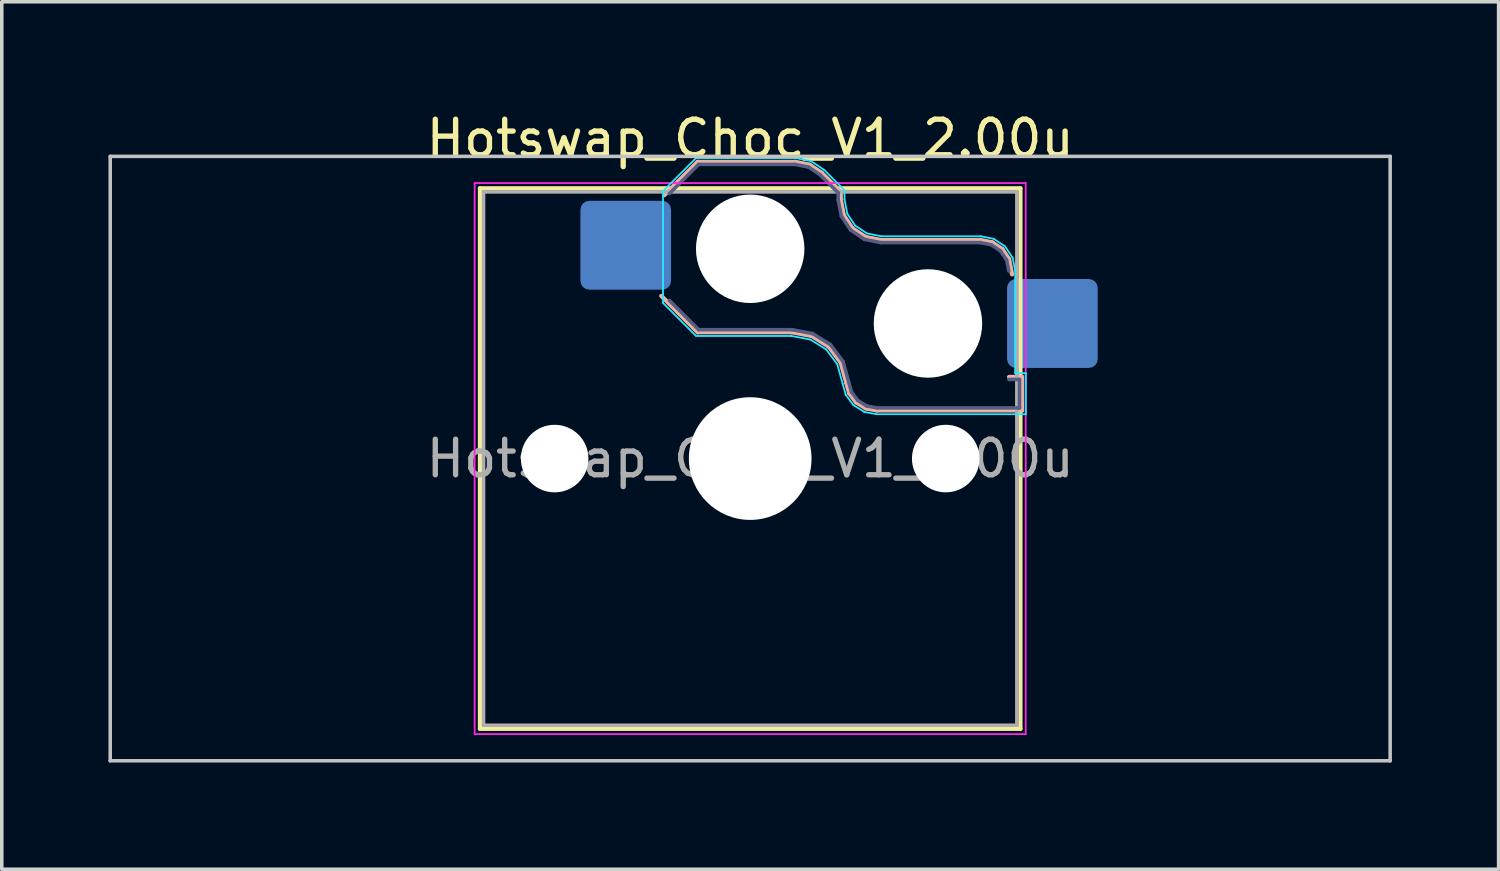
<source format=kicad_pcb>
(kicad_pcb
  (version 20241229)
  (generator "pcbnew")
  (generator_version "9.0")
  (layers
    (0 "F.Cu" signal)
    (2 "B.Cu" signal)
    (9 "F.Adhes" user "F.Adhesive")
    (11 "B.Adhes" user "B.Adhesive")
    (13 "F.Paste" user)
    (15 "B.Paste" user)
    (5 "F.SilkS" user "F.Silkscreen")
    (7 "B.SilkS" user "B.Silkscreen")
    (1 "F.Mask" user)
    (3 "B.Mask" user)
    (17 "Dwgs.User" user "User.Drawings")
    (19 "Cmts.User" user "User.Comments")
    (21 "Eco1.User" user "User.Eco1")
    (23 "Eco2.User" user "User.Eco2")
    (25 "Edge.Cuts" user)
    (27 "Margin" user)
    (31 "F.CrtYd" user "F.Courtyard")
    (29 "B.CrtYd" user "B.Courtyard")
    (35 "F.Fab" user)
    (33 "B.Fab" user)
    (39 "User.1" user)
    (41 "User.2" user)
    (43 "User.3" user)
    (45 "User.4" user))
  (footprint "Hotswap_Choc_V1_2.00u"
    (layer "F.Cu")
    (at 18.05 9.848)
    (property "Reference" "Hotswap_Choc_V1_2.00u" (at 0 -9 0) (layer "F.SilkS") (effects (font (size 1 1) (thickness 0.15))))
    (attr smd)
    (fp_line (start -7.6 -7.6) (end -7.6 7.6) (stroke (width 0.12) (type solid)) (layer "F.SilkS"))
    (fp_line (start -7.6 7.6) (end 7.6 7.6) (stroke (width 0.12) (type solid)) (layer "F.SilkS"))
    (fp_line (start 7.6 -7.6) (end -7.6 -7.6) (stroke (width 0.12) (type solid)) (layer "F.SilkS"))
    (fp_line (start 7.6 7.6) (end 7.6 -7.6) (stroke (width 0.12) (type solid)) (layer "F.SilkS"))
    (fp_line (start -2.416 -7.409) (end -1.479 -8.346) (stroke (width 0.12) (type solid)) (layer "B.SilkS"))
    (fp_line (start -1.479 -8.346) (end 1.268 -8.346) (stroke (width 0.12) (type solid)) (layer "B.SilkS"))
    (fp_line (start -1.479 -3.554) (end -2.5 -4.575) (stroke (width 0.12) (type solid)) (layer "B.SilkS"))
    (fp_line (start 1.168 -3.554) (end -1.479 -3.554) (stroke (width 0.12) (type solid)) (layer "B.SilkS"))
    (fp_line (start 1.268 -8.346) (end 1.671 -8.266) (stroke (width 0.12) (type solid)) (layer "B.SilkS"))
    (fp_line (start 1.671 -8.266) (end 2.013 -8.037) (stroke (width 0.12) (type solid)) (layer "B.SilkS"))
    (fp_line (start 1.73 -3.449) (end 1.168 -3.554) (stroke (width 0.12) (type solid)) (layer "B.SilkS"))
    (fp_line (start 2.013 -8.037) (end 2.546 -7.504) (stroke (width 0.12) (type solid)) (layer "B.SilkS"))
    (fp_line (start 2.209 -3.15) (end 1.73 -3.449) (stroke (width 0.12) (type solid)) (layer "B.SilkS"))
    (fp_line (start 2.546 -7.504) (end 2.546 -7.282) (stroke (width 0.12) (type solid)) (layer "B.SilkS"))
    (fp_line (start 2.546 -7.282) (end 2.633 -6.844) (stroke (width 0.12) (type solid)) (layer "B.SilkS"))
    (fp_line (start 2.547 -2.697) (end 2.209 -3.15) (stroke (width 0.12) (type solid)) (layer "B.SilkS"))
    (fp_line (start 2.633 -6.844) (end 2.877 -6.477) (stroke (width 0.12) (type solid)) (layer "B.SilkS"))
    (fp_line (start 2.701 -2.139) (end 2.547 -2.697) (stroke (width 0.12) (type solid)) (layer "B.SilkS"))
    (fp_line (start 2.783 -1.841) (end 2.701 -2.139) (stroke (width 0.12) (type solid)) (layer "B.SilkS"))
    (fp_line (start 2.877 -6.477) (end 3.244 -6.233) (stroke (width 0.12) (type solid)) (layer "B.SilkS"))
    (fp_line (start 2.976 -1.583) (end 2.783 -1.841) (stroke (width 0.12) (type solid)) (layer "B.SilkS"))
    (fp_line (start 3.244 -6.233) (end 3.682 -6.146) (stroke (width 0.12) (type solid)) (layer "B.SilkS"))
    (fp_line (start 3.25 -1.413) (end 2.976 -1.583) (stroke (width 0.12) (type solid)) (layer "B.SilkS"))
    (fp_line (start 3.56 -1.354) (end 3.25 -1.413) (stroke (width 0.12) (type solid)) (layer "B.SilkS"))
    (fp_line (start 3.682 -6.146) (end 6.482 -6.146) (stroke (width 0.12) (type solid)) (layer "B.SilkS"))
    (fp_line (start 6.482 -6.146) (end 6.809 -6.081) (stroke (width 0.12) (type solid)) (layer "B.SilkS"))
    (fp_line (start 6.809 -6.081) (end 7.092 -5.892) (stroke (width 0.12) (type solid)) (layer "B.SilkS"))
    (fp_line (start 7.092 -5.892) (end 7.281 -5.609) (stroke (width 0.12) (type solid)) (layer "B.SilkS"))
    (fp_line (start 7.281 -5.609) (end 7.366 -5.182) (stroke (width 0.12) (type solid)) (layer "B.SilkS"))
    (fp_line (start 7.283 -2.296) (end 7.646 -2.296) (stroke (width 0.12) (type solid)) (layer "B.SilkS"))
    (fp_line (start 7.646 -2.296) (end 7.646 -1.354) (stroke (width 0.12) (type solid)) (layer "B.SilkS"))
    (fp_line (start 7.646 -1.354) (end 3.56 -1.354) (stroke (width 0.12) (type solid)) (layer "B.SilkS"))
    (fp_line (start -18 -8.5) (end -18 8.5) (stroke (width 0.1) (type solid)) (layer "Dwgs.User"))
    (fp_line (start -18 8.5) (end 18 8.5) (stroke (width 0.1) (type solid)) (layer "Dwgs.User"))
    (fp_line (start 18 -8.5) (end -18 -8.5) (stroke (width 0.1) (type solid)) (layer "Dwgs.User"))
    (fp_line (start 18 8.5) (end 18 -8.5) (stroke (width 0.1) (type solid)) (layer "Dwgs.User"))
    (fp_line (start -7.25 -7.25) (end -7.25 7.25) (stroke (width 0.1) (type solid)) (layer "Eco1.User"))
    (fp_line (start -7.25 7.25) (end 7.25 7.25) (stroke (width 0.1) (type solid)) (layer "Eco1.User"))
    (fp_line (start 7.25 -7.25) (end -7.25 -7.25) (stroke (width 0.1) (type solid)) (layer "Eco1.User"))
    (fp_line (start 7.25 7.25) (end 7.25 -7.25) (stroke (width 0.1) (type solid)) (layer "Eco1.User"))
    (fp_line (start -2.452 -7.523) (end -1.523 -8.452) (stroke (width 0.05) (type solid)) (layer "B.CrtYd"))
    (fp_line (start -2.452 -4.377) (end -2.452 -7.523) (stroke (width 0.05) (type solid)) (layer "B.CrtYd"))
    (fp_line (start -1.523 -8.452) (end 1.278 -8.452) (stroke (width 0.05) (type solid)) (layer "B.CrtYd"))
    (fp_line (start -1.523 -3.448) (end -2.452 -4.377) (stroke (width 0.05) (type solid)) (layer "B.CrtYd"))
    (fp_line (start 1.159 -3.448) (end -1.523 -3.448) (stroke (width 0.05) (type solid)) (layer "B.CrtYd"))
    (fp_line (start 1.278 -8.452) (end 1.712 -8.366) (stroke (width 0.05) (type solid)) (layer "B.CrtYd"))
    (fp_line (start 1.691 -3.348) (end 1.159 -3.448) (stroke (width 0.05) (type solid)) (layer "B.CrtYd"))
    (fp_line (start 1.712 -8.366) (end 2.081 -8.119) (stroke (width 0.05) (type solid)) (layer "B.CrtYd"))
    (fp_line (start 2.081 -8.119) (end 2.652 -7.548) (stroke (width 0.05) (type solid)) (layer "B.CrtYd"))
    (fp_line (start 2.136 -3.071) (end 1.691 -3.348) (stroke (width 0.05) (type solid)) (layer "B.CrtYd"))
    (fp_line (start 2.45 -2.65) (end 2.136 -3.071) (stroke (width 0.05) (type solid)) (layer "B.CrtYd"))
    (fp_line (start 2.599 -2.111) (end 2.45 -2.65) (stroke (width 0.05) (type solid)) (layer "B.CrtYd"))
    (fp_line (start 2.652 -7.548) (end 2.652 -7.292) (stroke (width 0.05) (type solid)) (layer "B.CrtYd"))
    (fp_line (start 2.652 -7.292) (end 2.733 -6.885) (stroke (width 0.05) (type solid)) (layer "B.CrtYd"))
    (fp_line (start 2.687 -1.794) (end 2.599 -2.111) (stroke (width 0.05) (type solid)) (layer "B.CrtYd"))
    (fp_line (start 2.733 -6.885) (end 2.953 -6.553) (stroke (width 0.05) (type solid)) (layer "B.CrtYd"))
    (fp_line (start 2.903 -1.503) (end 2.687 -1.794) (stroke (width 0.05) (type solid)) (layer "B.CrtYd"))
    (fp_line (start 2.953 -6.553) (end 3.285 -6.333) (stroke (width 0.05) (type solid)) (layer "B.CrtYd"))
    (fp_line (start 3.211 -1.312) (end 2.903 -1.503) (stroke (width 0.05) (type solid)) (layer "B.CrtYd"))
    (fp_line (start 3.285 -6.333) (end 3.692 -6.252) (stroke (width 0.05) (type solid)) (layer "B.CrtYd"))
    (fp_line (start 3.55 -1.248) (end 3.211 -1.312) (stroke (width 0.05) (type solid)) (layer "B.CrtYd"))
    (fp_line (start 3.692 -6.252) (end 6.492 -6.252) (stroke (width 0.05) (type solid)) (layer "B.CrtYd"))
    (fp_line (start 6.492 -6.252) (end 6.85 -6.181) (stroke (width 0.05) (type solid)) (layer "B.CrtYd"))
    (fp_line (start 6.85 -6.181) (end 7.168 -5.968) (stroke (width 0.05) (type solid)) (layer "B.CrtYd"))
    (fp_line (start 7.168 -5.968) (end 7.381 -5.65) (stroke (width 0.05) (type solid)) (layer "B.CrtYd"))
    (fp_line (start 7.381 -5.65) (end 7.452 -5.292) (stroke (width 0.05) (type solid)) (layer "B.CrtYd"))
    (fp_line (start 7.452 -5.292) (end 7.452 -2.402) (stroke (width 0.05) (type solid)) (layer "B.CrtYd"))
    (fp_line (start 7.452 -2.402) (end 7.752 -2.402) (stroke (width 0.05) (type solid)) (layer "B.CrtYd"))
    (fp_line (start 7.752 -2.402) (end 7.752 -1.248) (stroke (width 0.05) (type solid)) (layer "B.CrtYd"))
    (fp_line (start 7.752 -1.248) (end 3.55 -1.248) (stroke (width 0.05) (type solid)) (layer "B.CrtYd"))
    (fp_line (start -7.75 -7.75) (end -7.75 7.75) (stroke (width 0.05) (type solid)) (layer "F.CrtYd"))
    (fp_line (start -7.75 7.75) (end 7.75 7.75) (stroke (width 0.05) (type solid)) (layer "F.CrtYd"))
    (fp_line (start 7.75 -7.75) (end -7.75 -7.75) (stroke (width 0.05) (type solid)) (layer "F.CrtYd"))
    (fp_line (start 7.75 7.75) (end 7.75 -7.75) (stroke (width 0.05) (type solid)) (layer "F.CrtYd"))
    (fp_line (start -2.275 -7.45) (end -1.45 -8.275) (stroke (width 0.1) (type solid)) (layer "B.Fab"))
    (fp_line (start -1.45 -8.275) (end 1.261 -8.275) (stroke (width 0.1) (type solid)) (layer "B.Fab"))
    (fp_line (start -1.45 -3.625) (end -2.275 -4.45) (stroke (width 0.1) (type solid)) (layer "B.Fab"))
    (fp_line (start 1.175 -3.625) (end -1.45 -3.625) (stroke (width 0.1) (type solid)) (layer "B.Fab"))
    (fp_line (start 1.261 -8.275) (end 1.643 -8.199) (stroke (width 0.1) (type solid)) (layer "B.Fab"))
    (fp_line (start 1.643 -8.199) (end 1.968 -7.982) (stroke (width 0.1) (type solid)) (layer "B.Fab"))
    (fp_line (start 1.756 -3.516) (end 1.175 -3.625) (stroke (width 0.1) (type solid)) (layer "B.Fab"))
    (fp_line (start 1.968 -7.982) (end 2.475 -7.475) (stroke (width 0.1) (type solid)) (layer "B.Fab"))
    (fp_line (start 2.258 -3.203) (end 1.756 -3.516) (stroke (width 0.1) (type solid)) (layer "B.Fab"))
    (fp_line (start 2.475 -7.475) (end 2.475 -7.275) (stroke (width 0.1) (type solid)) (layer "B.Fab"))
    (fp_line (start 2.475 -7.275) (end 2.566 -6.816) (stroke (width 0.1) (type solid)) (layer "B.Fab"))
    (fp_line (start 2.566 -6.816) (end 2.826 -6.426) (stroke (width 0.1) (type solid)) (layer "B.Fab"))
    (fp_line (start 2.612 -2.729) (end 2.258 -3.203) (stroke (width 0.1) (type solid)) (layer "B.Fab"))
    (fp_line (start 2.769 -2.158) (end 2.612 -2.729) (stroke (width 0.1) (type solid)) (layer "B.Fab"))
    (fp_line (start 2.826 -6.426) (end 3.216 -6.166) (stroke (width 0.1) (type solid)) (layer "B.Fab"))
    (fp_line (start 2.848 -1.873) (end 2.769 -2.158) (stroke (width 0.1) (type solid)) (layer "B.Fab"))
    (fp_line (start 3.025 -1.636) (end 2.848 -1.873) (stroke (width 0.1) (type solid)) (layer "B.Fab"))
    (fp_line (start 3.216 -6.166) (end 3.675 -6.075) (stroke (width 0.1) (type solid)) (layer "B.Fab"))
    (fp_line (start 3.276 -1.48) (end 3.025 -1.636) (stroke (width 0.1) (type solid)) (layer "B.Fab"))
    (fp_line (start 3.567 -1.425) (end 3.276 -1.48) (stroke (width 0.1) (type solid)) (layer "B.Fab"))
    (fp_line (start 3.675 -6.075) (end 6.475 -6.075) (stroke (width 0.1) (type solid)) (layer "B.Fab"))
    (fp_line (start 6.475 -6.075) (end 6.781 -6.014) (stroke (width 0.1) (type solid)) (layer "B.Fab"))
    (fp_line (start 6.781 -6.014) (end 7.041 -5.841) (stroke (width 0.1) (type solid)) (layer "B.Fab"))
    (fp_line (start 7.041 -5.841) (end 7.214 -5.581) (stroke (width 0.1) (type solid)) (layer "B.Fab"))
    (fp_line (start 7.214 -5.581) (end 7.275 -5.275) (stroke (width 0.1) (type solid)) (layer "B.Fab"))
    (fp_line (start 7.275 -2.225) (end 7.575 -2.225) (stroke (width 0.1) (type solid)) (layer "B.Fab"))
    (fp_line (start 7.575 -2.225) (end 7.575 -1.425) (stroke (width 0.1) (type solid)) (layer "B.Fab"))
    (fp_line (start 7.575 -1.425) (end 3.567 -1.425) (stroke (width 0.1) (type solid)) (layer "B.Fab"))
    (fp_line (start -7.5 -7.5) (end -7.5 7.5) (stroke (width 0.1) (type solid)) (layer "F.Fab"))
    (fp_line (start -7.5 7.5) (end 7.5 7.5) (stroke (width 0.1) (type solid)) (layer "F.Fab"))
    (fp_line (start 7.5 -7.5) (end -7.5 -7.5) (stroke (width 0.1) (type solid)) (layer "F.Fab"))
    (fp_line (start 7.5 7.5) (end 7.5 -7.5) (stroke (width 0.1) (type solid)) (layer "F.Fab"))
    (fp_text user "${REFERENCE}" (at 0 0 0) (layer "F.Fab") (effects (font (size 1 1) (thickness 0.15))))
    (pad "" np_thru_hole circle (at -5.5 0) (size 1.9 1.9) (drill 1.9) (layers "*.Cu" "*.Mask"))
    (pad "" np_thru_hole circle (at 0 -5.9) (size 3.05 3.05) (drill 3.05) (layers "*.Cu" "*.Mask"))
    (pad "" np_thru_hole circle (at 0 0) (size 3.45 3.45) (drill 3.45) (layers "*.Cu" "*.Mask"))
    (pad "" np_thru_hole circle (at 5 -3.8) (size 3.05 3.05) (drill 3.05) (layers "*.Cu" "*.Mask"))
    (pad "" np_thru_hole circle (at 5.5 0) (size 1.9 1.9) (drill 1.9) (layers "*.Cu" "*.Mask"))
    (pad "1" smd roundrect (at -3.5 -6) (size 2.55 2.5) (layers "B.Cu" "B.Mask" "B.Paste") (roundrect_rratio 0.1))
    (pad "2" smd roundrect (at 8.5 -3.8) (size 2.55 2.5) (layers "B.Cu" "B.Mask" "B.Paste") (roundrect_rratio 0.1)))
  (gr_rect
    (start -3 -3)
    (end 39.1 21.398)
    (stroke (width 0.1) (type default))
    (fill no)
    (layer "Edge.Cuts")))
</source>
